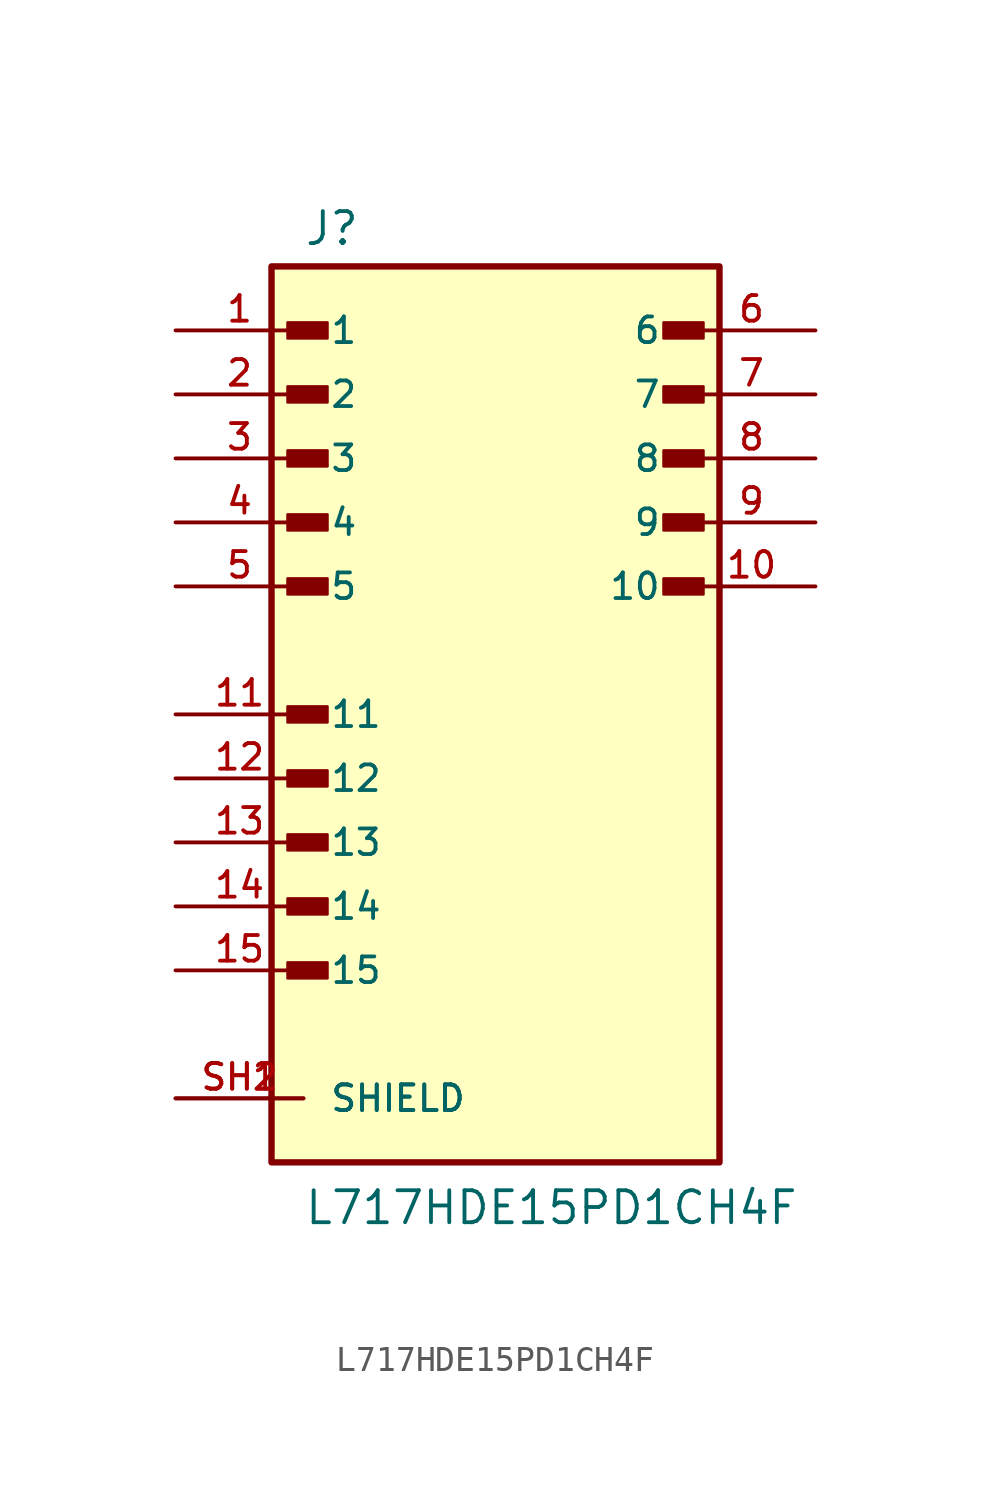
<source format=kicad_sym>
(kicad_symbol_lib
  (version 20211014)
  (generator kicad_symbol_editor)
  (symbol "L717HDE15PD1CH4F"
    (pin_names
      (offset 1.016))
    (property "Reference" "J"
      (at -7.62 18.542 0)
      (effects (font (size 1.27 1.27)) (justify bottom left)))
    (property "Value" "L717HDE15PD1CH4F"
      (at -7.62 -20.32 0)
      (effects (font (size 1.27 1.27)) (justify bottom left)))
    (symbol "L717HDE15PD1CH4F_0_0"
      (rectangle (start -8.255 14.922) (end -6.668 15.557) (stroke (width 0.1)) (fill (type outline)))
      (rectangle (start -8.255 12.383) (end -6.668 13.018) (stroke (width 0.1)) (fill (type outline)))
      (rectangle (start -8.255 9.842) (end -6.668 10.477) (stroke (width 0.1)) (fill (type outline)))
      (rectangle (start -8.255 7.303) (end -6.668 7.938) (stroke (width 0.1)) (fill (type outline)))
      (rectangle (start -8.255 4.763) (end -6.668 5.397) (stroke (width 0.1)) (fill (type outline)))
      (rectangle (start -8.255 -0.318) (end -6.668 0.318) (stroke (width 0.1)) (fill (type outline)))
      (rectangle (start -8.255 -2.857) (end -6.668 -2.223) (stroke (width 0.1)) (fill (type outline)))
      (rectangle (start -8.255 -5.397) (end -6.668 -4.763) (stroke (width 0.1)) (fill (type outline)))
      (rectangle (start -8.255 -7.938) (end -6.668 -7.303) (stroke (width 0.1)) (fill (type outline)))
      (rectangle (start -8.255 -10.477) (end -6.668 -9.842) (stroke (width 0.1)) (fill (type outline)))
      (rectangle (start 6.668 14.922) (end 8.255 15.557) (stroke (width 0.1)) (fill (type outline)))
      (rectangle (start 6.668 12.383) (end 8.255 13.018) (stroke (width 0.1)) (fill (type outline)))
      (rectangle (start 6.668 9.842) (end 8.255 10.477) (stroke (width 0.1)) (fill (type outline)))
      (rectangle (start 6.668 7.303) (end 8.255 7.938) (stroke (width 0.1)) (fill (type outline)))
      (rectangle (start 6.668 4.763) (end 8.255 5.397) (stroke (width 0.1)) (fill (type outline)))
      (rectangle (start -8.89 -17.78) (end 8.89 17.78) (stroke (width 0.254)) (fill (type background)))
      (pin passive line (at -12.7 15.24 0) (length 5.08) (name "1" (effects (font (size 1.016 1.016)))) (number "1" (effects (font (size 1.016 1.016)))))
      (pin passive line (at -12.7 12.7 0) (length 5.08) (name "2" (effects (font (size 1.016 1.016)))) (number "2" (effects (font (size 1.016 1.016)))))
      (pin passive line (at -12.7 10.16 0) (length 5.08) (name "3" (effects (font (size 1.016 1.016)))) (number "3" (effects (font (size 1.016 1.016)))))
      (pin passive line (at -12.7 7.62 0) (length 5.08) (name "4" (effects (font (size 1.016 1.016)))) (number "4" (effects (font (size 1.016 1.016)))))
      (pin passive line (at -12.7 5.08 0) (length 5.08) (name "5" (effects (font (size 1.016 1.016)))) (number "5" (effects (font (size 1.016 1.016)))))
      (pin passive line (at 12.7 15.24 180.0) (length 5.08) (name "6" (effects (font (size 1.016 1.016)))) (number "6" (effects (font (size 1.016 1.016)))))
      (pin passive line (at 12.7 12.7 180.0) (length 5.08) (name "7" (effects (font (size 1.016 1.016)))) (number "7" (effects (font (size 1.016 1.016)))))
      (pin passive line (at 12.7 10.16 180.0) (length 5.08) (name "8" (effects (font (size 1.016 1.016)))) (number "8" (effects (font (size 1.016 1.016)))))
      (pin passive line (at 12.7 7.62 180.0) (length 5.08) (name "9" (effects (font (size 1.016 1.016)))) (number "9" (effects (font (size 1.016 1.016)))))
      (pin passive line (at 12.7 5.08 180.0) (length 5.08) (name "10" (effects (font (size 1.016 1.016)))) (number "10" (effects (font (size 1.016 1.016)))))
      (pin passive line (at -12.7 0.0 0) (length 5.08) (name "11" (effects (font (size 1.016 1.016)))) (number "11" (effects (font (size 1.016 1.016)))))
      (pin passive line (at -12.7 -2.54 0) (length 5.08) (name "12" (effects (font (size 1.016 1.016)))) (number "12" (effects (font (size 1.016 1.016)))))
      (pin passive line (at -12.7 -5.08 0) (length 5.08) (name "13" (effects (font (size 1.016 1.016)))) (number "13" (effects (font (size 1.016 1.016)))))
      (pin passive line (at -12.7 -7.62 0) (length 5.08) (name "14" (effects (font (size 1.016 1.016)))) (number "14" (effects (font (size 1.016 1.016)))))
      (pin passive line (at -12.7 -10.16 0) (length 5.08) (name "15" (effects (font (size 1.016 1.016)))) (number "15" (effects (font (size 1.016 1.016)))))
      (pin passive line (at -12.7 -15.24 0) (length 5.08) (name "SHIELD" (effects (font (size 1.016 1.016)))) (number "SH1" (effects (font (size 1.016 1.016)))))
      (pin passive line (at -12.7 -15.24 0) (length 5.08) (name "SHIELD" (effects (font (size 1.016 1.016)))) (number "SH2" (effects (font (size 1.016 1.016))))))))
</source>
